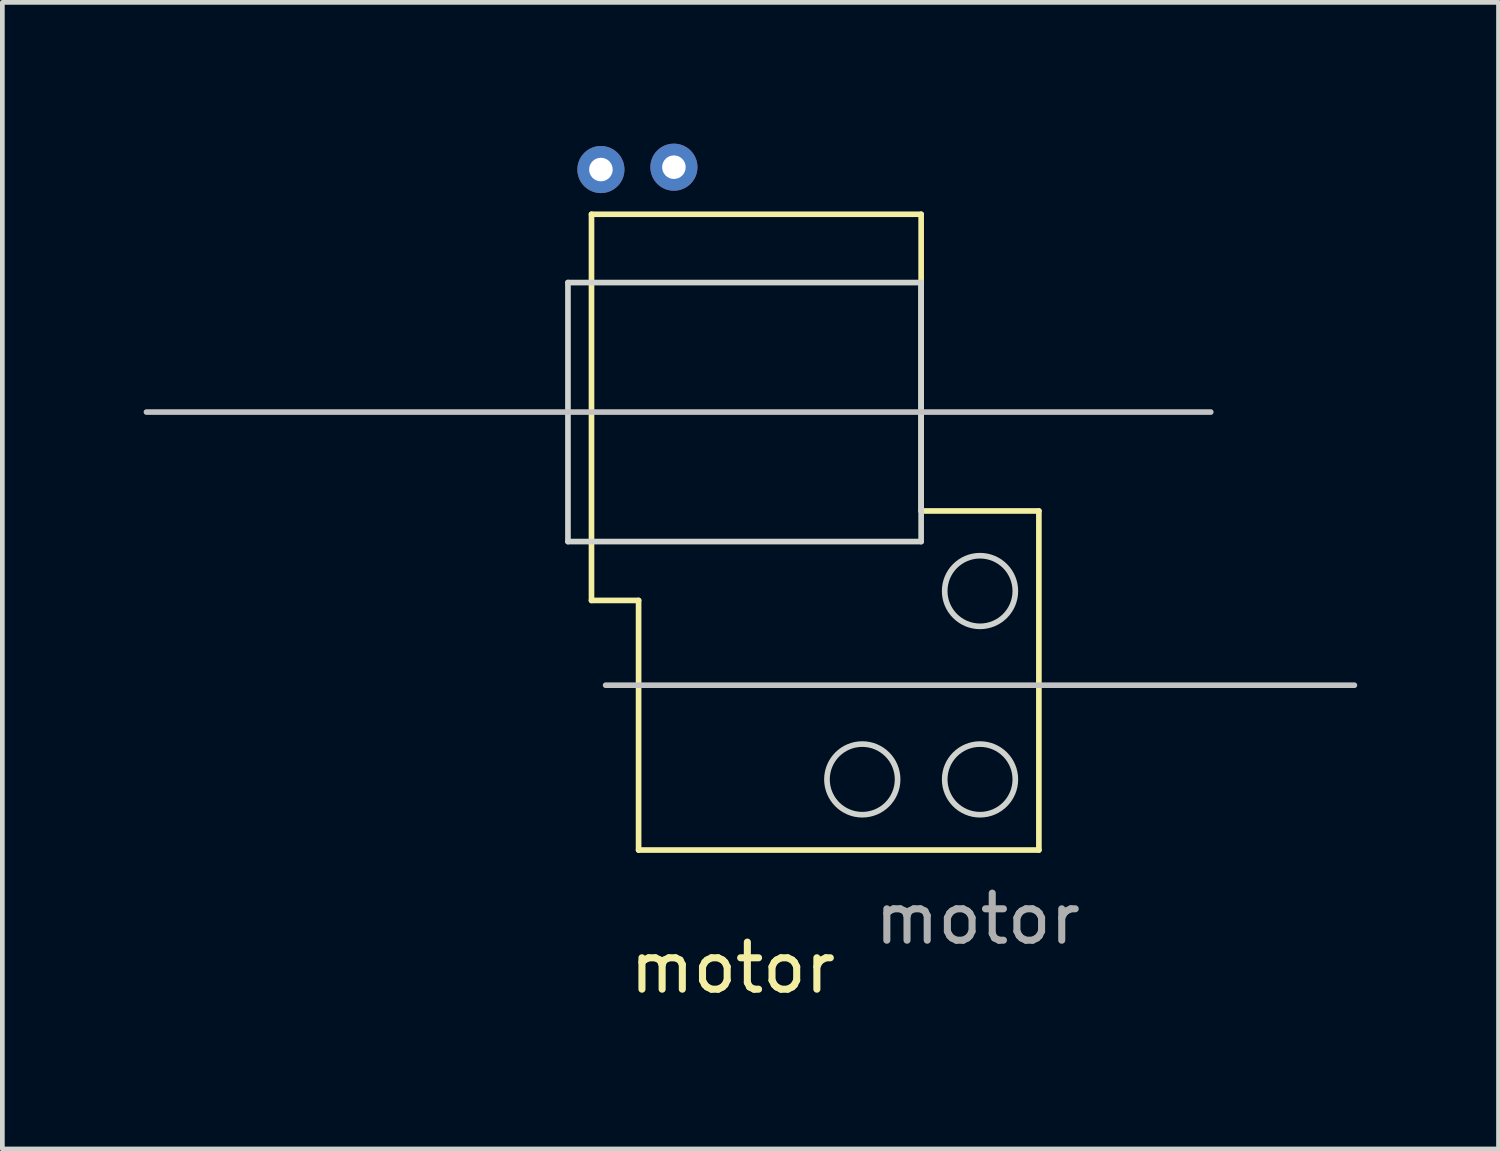
<source format=kicad_pcb>
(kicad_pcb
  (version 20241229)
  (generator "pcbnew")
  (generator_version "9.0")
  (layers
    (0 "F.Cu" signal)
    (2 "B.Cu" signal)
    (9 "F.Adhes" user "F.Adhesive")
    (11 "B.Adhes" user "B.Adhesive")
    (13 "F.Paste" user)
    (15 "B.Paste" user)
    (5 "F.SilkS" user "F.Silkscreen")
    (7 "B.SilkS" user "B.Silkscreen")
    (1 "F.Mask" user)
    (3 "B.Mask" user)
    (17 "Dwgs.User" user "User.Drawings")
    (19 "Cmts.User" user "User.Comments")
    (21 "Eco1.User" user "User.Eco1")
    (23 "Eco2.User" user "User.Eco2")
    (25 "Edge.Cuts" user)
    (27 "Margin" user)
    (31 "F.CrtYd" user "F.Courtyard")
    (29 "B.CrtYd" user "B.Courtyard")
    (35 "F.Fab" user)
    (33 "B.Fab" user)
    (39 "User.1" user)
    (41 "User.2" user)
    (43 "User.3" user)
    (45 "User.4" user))
  (footprint "motor"
    (layer "F.Cu")
    (at 19.01 15)
    (property "Reference" "motor" (at -6.5 2.5 0) (unlocked yes) (layer "F.SilkS") (effects (font (size 1 1) (thickness 0.15))))
    (attr through_hole)
    (fp_line (start -9.5 -5.3) (end -9.5 -13.5) (stroke (width 0.12) (type solid)) (layer "F.SilkS"))
    (fp_line (start -8.5 -5.3) (end -9.5 -5.3) (stroke (width 0.12) (type solid)) (layer "F.SilkS"))
    (fp_line (start -8.5 0) (end -8.5 -5.3) (stroke (width 0.12) (type solid)) (layer "F.SilkS"))
    (fp_line (start -2.5 -13.5) (end -9.5 -13.5) (stroke (width 0.12) (type solid)) (layer "F.SilkS"))
    (fp_line (start -2.5 -7.2) (end -2.5 -13.5) (stroke (width 0.12) (type solid)) (layer "F.SilkS"))
    (fp_line (start 0 -7.2) (end -2.5 -7.2) (stroke (width 0.12) (type solid)) (layer "F.SilkS"))
    (fp_line (start 0 0) (end -8.5 0) (stroke (width 0.12) (type solid)) (layer "F.SilkS"))
    (fp_line (start 0 0) (end 0 -7.2) (stroke (width 0.12) (type solid)) (layer "F.SilkS"))
    (fp_line (start -9.2 -3.5) (end 6.7 -3.5) (stroke (width 0.12) (type solid)) (layer "Dwgs.User"))
    (fp_line (start -2.5 -9.3) (end -18.95 -9.3) (stroke (width 0.12) (type solid)) (layer "Dwgs.User"))
    (fp_line (start -2.5 -9.3) (end 3.65 -9.3) (stroke (width 0.12) (type solid)) (layer "Dwgs.User"))
    (fp_line (start -10 -12.05) (end -2.5 -12.05) (stroke (width 0.12) (type solid)) (layer "Edge.Cuts"))
    (fp_line (start -10 -6.55) (end -10 -12.05) (stroke (width 0.12) (type solid)) (layer "Edge.Cuts"))
    (fp_line (start -2.5 -12.05) (end -2.5 -6.55) (stroke (width 0.12) (type solid)) (layer "Edge.Cuts"))
    (fp_line (start -2.5 -6.55) (end -10 -6.55) (stroke (width 0.12) (type solid)) (layer "Edge.Cuts"))
    (fp_circle (center -3.75 -1.5) (end -3 -1.5) (stroke (width 0.12) (type solid)) (fill no) (layer "Edge.Cuts"))
    (fp_circle (center -1.25 -5.5) (end -0.5 -5.5) (stroke (width 0.12) (type solid)) (fill no) (layer "Edge.Cuts"))
    (fp_circle (center -1.25 -1.5) (end -0.5 -1.5) (stroke (width 0.12) (type solid)) (fill no) (layer "Edge.Cuts"))
    (fp_text user "${REFERENCE}" (at -1.3 1.46 0) (unlocked yes) (layer "F.Fab") (effects (font (size 1 1) (thickness 0.15))))
    (pad "1" thru_hole circle (at -9.3 -14.45) (size 1 1) (drill 0.5) (layers "*.Cu" "*.Mask"))
    (pad "2" thru_hole circle (at -7.75 -14.5) (size 1 1) (drill 0.5) (layers "*.Cu" "*.Mask")))
  (gr_rect
    (start -3 -3)
    (end 28.77 21.348)
    (stroke (width 0.1) (type default))
    (fill no)
    (layer "Edge.Cuts")))
</source>
